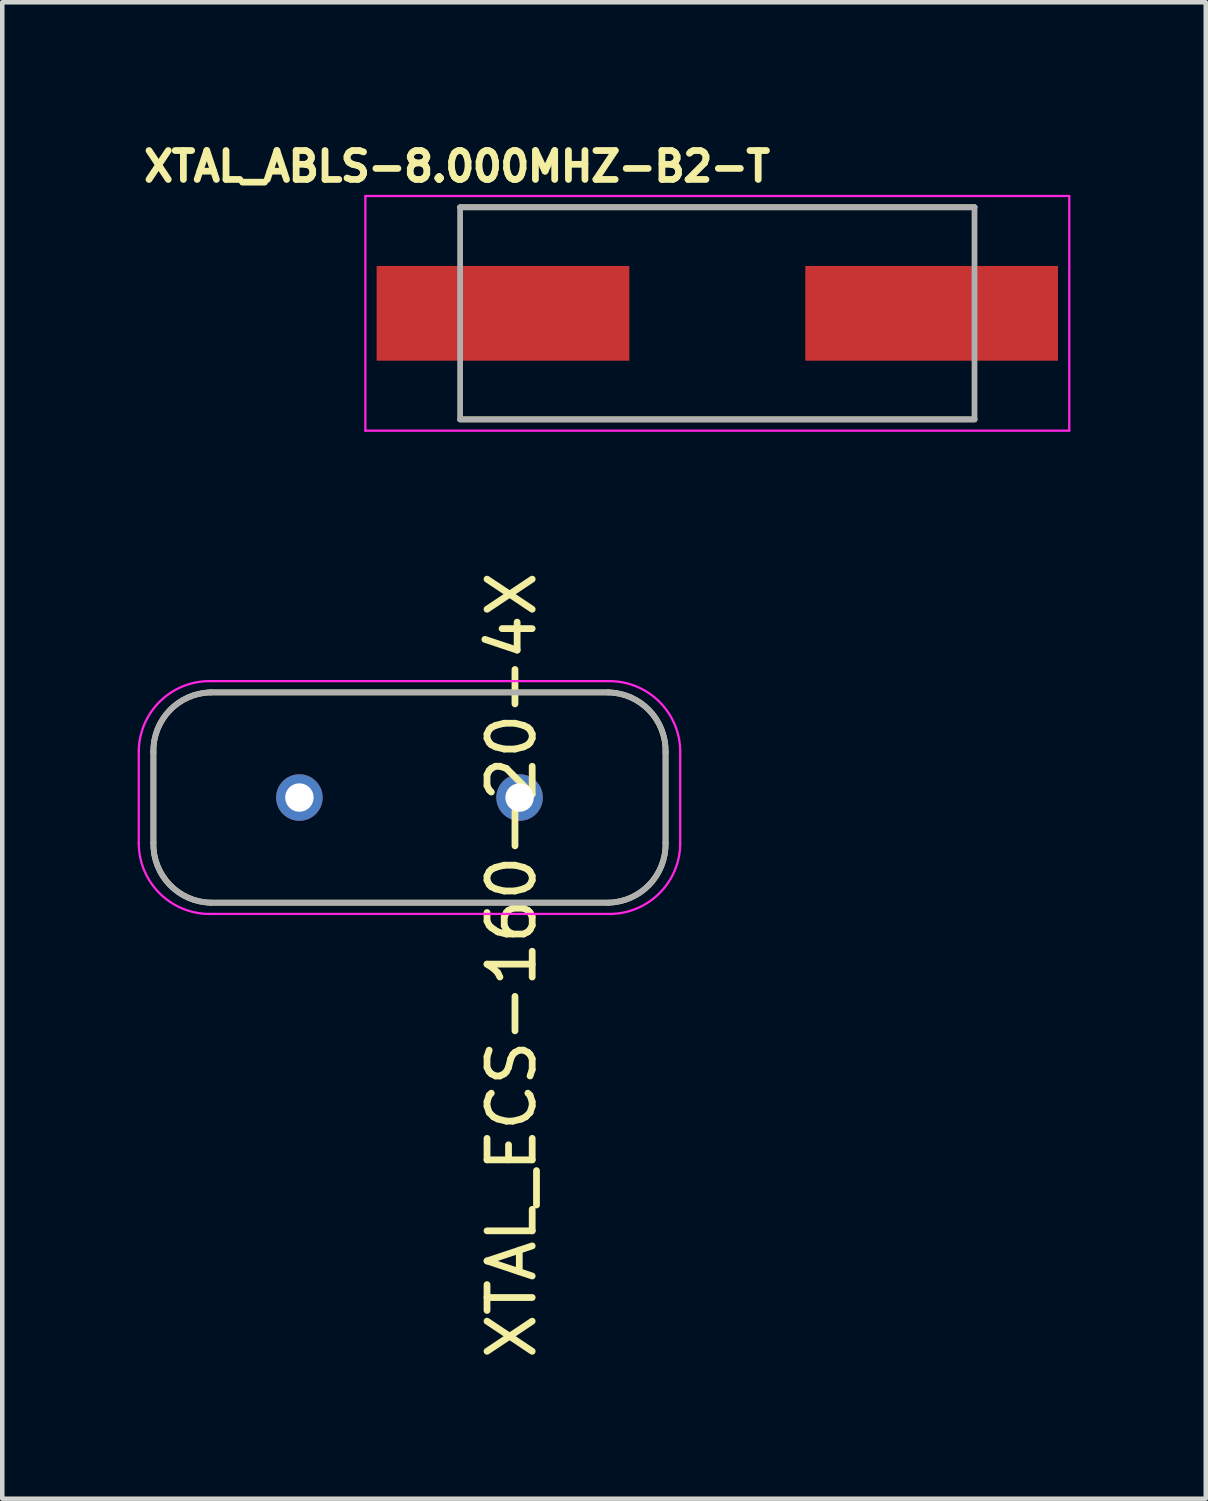
<source format=kicad_pcb>
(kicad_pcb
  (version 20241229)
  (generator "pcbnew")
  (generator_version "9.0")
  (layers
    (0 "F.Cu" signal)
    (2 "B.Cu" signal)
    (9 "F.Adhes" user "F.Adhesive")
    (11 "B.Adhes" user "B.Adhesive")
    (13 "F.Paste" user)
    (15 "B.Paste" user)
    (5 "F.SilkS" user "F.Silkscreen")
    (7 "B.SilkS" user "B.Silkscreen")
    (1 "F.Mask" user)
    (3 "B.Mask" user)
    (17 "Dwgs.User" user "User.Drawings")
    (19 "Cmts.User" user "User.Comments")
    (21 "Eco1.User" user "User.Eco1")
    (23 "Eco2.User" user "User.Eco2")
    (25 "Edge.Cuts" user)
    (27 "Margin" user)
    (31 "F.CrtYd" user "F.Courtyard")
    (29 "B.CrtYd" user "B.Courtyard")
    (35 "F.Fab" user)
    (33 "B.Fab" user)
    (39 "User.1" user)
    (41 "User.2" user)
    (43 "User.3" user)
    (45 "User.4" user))
  (footprint "XTAL_ABLS-8.000MHZ-B2-T"
    (layer "F.Cu")
    (at 12.847 3.894)
    (property "Reference" "XTAL_ABLS-8.000MHZ-B2-T" (at -5.768 -3.256 0) (layer "F.SilkS") (effects (font (size 0.64 0.64) (thickness 0.15))))
    (attr smd)
    (fp_line (start -5.7 -2.35) (end 5.7 -2.35) (stroke (width 0.127) (type solid)) (layer "F.SilkS"))
    (fp_line (start -5.7 2.35) (end 5.7 2.35) (stroke (width 0.127) (type solid)) (layer "F.SilkS"))
    (fp_line (start -7.8 -2.6) (end -7.8 2.6) (stroke (width 0.05) (type solid)) (layer "F.CrtYd"))
    (fp_line (start -7.8 2.6) (end 7.8 2.6) (stroke (width 0.05) (type solid)) (layer "F.CrtYd"))
    (fp_line (start 7.8 -2.6) (end -7.8 -2.6) (stroke (width 0.05) (type solid)) (layer "F.CrtYd"))
    (fp_line (start 7.8 2.6) (end 7.8 -2.6) (stroke (width 0.05) (type solid)) (layer "F.CrtYd"))
    (fp_line (start -5.7 -2.35) (end -5.7 2.35) (stroke (width 0.127) (type solid)) (layer "F.Fab"))
    (fp_line (start -5.7 -2.35) (end 5.7 -2.35) (stroke (width 0.127) (type solid)) (layer "F.Fab"))
    (fp_line (start -5.7 2.35) (end 5.7 2.35) (stroke (width 0.127) (type solid)) (layer "F.Fab"))
    (fp_line (start 5.7 -2.35) (end 5.7 2.35) (stroke (width 0.127) (type solid)) (layer "F.Fab"))
    (pad "1" smd rect (at -4.75 0) (size 5.6 2.1) (layers "F.Cu" "F.Mask" "F.Paste"))
    (pad "2" smd rect (at 4.75 0) (size 5.6 2.1) (layers "F.Cu" "F.Mask" "F.Paste")))
  (footprint "XTAL_ECS-160-20-4X"
    (layer "F.Cu")
    (at 6.025 14.625)
    (property "Reference" "XTAL_ECS-160-20-4X" (at 2.264 3.716 270) (layer "F.SilkS") (effects (font (size 1.001 1.001) (thickness 0.15))))
    (attr through_hole)
    (fp_line (start -5.675 1.01) (end -5.675 -1.01) (stroke (width 0.127) (type solid)) (layer "F.SilkS"))
    (fp_line (start -4.405 -2.33) (end 4.405 -2.33) (stroke (width 0.127) (type solid)) (layer "F.SilkS"))
    (fp_line (start 4.405 2.33) (end -4.405 2.33) (stroke (width 0.127) (type solid)) (layer "F.SilkS"))
    (fp_line (start 5.675 -1.01) (end 5.675 1.01) (stroke (width 0.127) (type solid)) (layer "F.SilkS"))
    (fp_arc (start -5.675 -1.01) (mid -5.313381 -1.933026) (end -4.405 -2.33) (stroke (width 0.127) (type solid)) (layer "F.SilkS"))
    (fp_arc (start -4.405 2.33) (mid -5.313381 1.933026) (end -5.675 1.01) (stroke (width 0.127) (type solid)) (layer "F.SilkS"))
    (fp_arc (start 4.405 -2.33) (mid 5.313381 -1.933026) (end 5.675 -1.01) (stroke (width 0.127) (type solid)) (layer "F.SilkS"))
    (fp_arc (start 5.675 1.01) (mid 5.313381 1.933026) (end 4.405 2.33) (stroke (width 0.127) (type solid)) (layer "F.SilkS"))
    (fp_line (start -6 1.01) (end -6 -1.01) (stroke (width 0.05) (type solid)) (layer "F.CrtYd"))
    (fp_line (start -4.43 -2.58) (end 4.43 -2.58) (stroke (width 0.05) (type solid)) (layer "F.CrtYd"))
    (fp_line (start 4.43 2.58) (end -4.43 2.58) (stroke (width 0.05) (type solid)) (layer "F.CrtYd"))
    (fp_line (start 6 -1.01) (end 6 1.01) (stroke (width 0.05) (type solid)) (layer "F.CrtYd"))
    (fp_arc (start -6 -1.01) (mid -5.540158 -2.120158) (end -4.43 -2.58) (stroke (width 0.05) (type solid)) (layer "F.CrtYd"))
    (fp_arc (start -4.43 2.58) (mid -5.540158 2.120158) (end -6 1.01) (stroke (width 0.05) (type solid)) (layer "F.CrtYd"))
    (fp_arc (start 4.43 -2.58) (mid 5.540158 -2.120158) (end 6 -1.01) (stroke (width 0.05) (type solid)) (layer "F.CrtYd"))
    (fp_arc (start 6 1.01) (mid 5.540158 2.120158) (end 4.43 2.58) (stroke (width 0.05) (type solid)) (layer "F.CrtYd"))
    (fp_line (start -5.675 1.01) (end -5.675 -1.01) (stroke (width 0.127) (type solid)) (layer "F.Fab"))
    (fp_line (start -4.405 -2.33) (end 4.405 -2.33) (stroke (width 0.127) (type solid)) (layer "F.Fab"))
    (fp_line (start 4.405 2.33) (end -4.405 2.33) (stroke (width 0.127) (type solid)) (layer "F.Fab"))
    (fp_line (start 5.675 -1.01) (end 5.675 1.01) (stroke (width 0.127) (type solid)) (layer "F.Fab"))
    (fp_arc (start -5.675 -1.01) (mid -5.313381 -1.933026) (end -4.405 -2.33) (stroke (width 0.127) (type solid)) (layer "F.Fab"))
    (fp_arc (start -4.405 2.33) (mid -5.313381 1.933026) (end -5.675 1.01) (stroke (width 0.127) (type solid)) (layer "F.Fab"))
    (fp_arc (start 4.405 -2.33) (mid 5.313381 -1.933026) (end 5.675 -1.01) (stroke (width 0.127) (type solid)) (layer "F.Fab"))
    (fp_arc (start 5.675 1.01) (mid 5.313381 1.933026) (end 4.405 2.33) (stroke (width 0.127) (type solid)) (layer "F.Fab"))
    (pad "1" thru_hole circle (at -2.44 0) (size 1.03 1.03) (drill 0.63) (layers "*.Cu" "*.Mask"))
    (pad "2" thru_hole circle (at 2.44 0) (size 1.03 1.03) (drill 0.63) (layers "*.Cu" "*.Mask")))
  (gr_rect
    (start -3 -3)
    (end 23.672 30.164)
    (stroke (width 0.1) (type default))
    (fill no)
    (layer "Edge.Cuts")))
</source>
